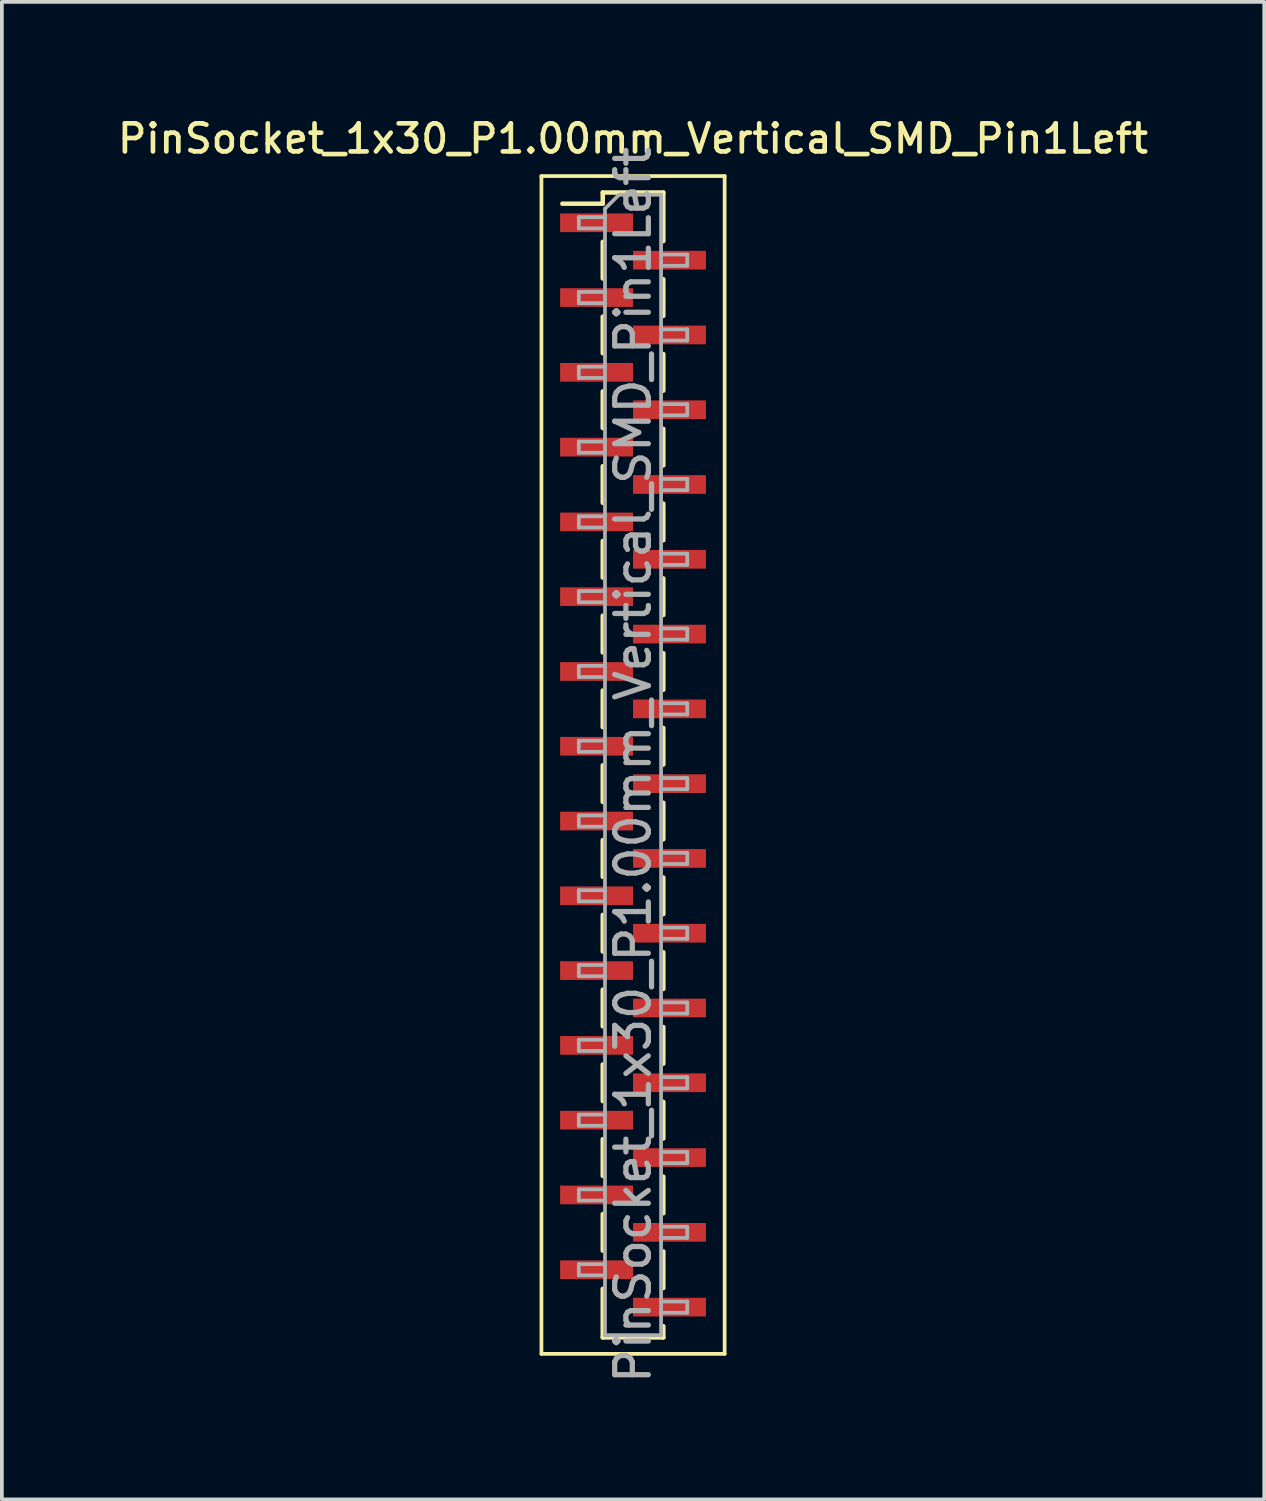
<source format=kicad_pcb>
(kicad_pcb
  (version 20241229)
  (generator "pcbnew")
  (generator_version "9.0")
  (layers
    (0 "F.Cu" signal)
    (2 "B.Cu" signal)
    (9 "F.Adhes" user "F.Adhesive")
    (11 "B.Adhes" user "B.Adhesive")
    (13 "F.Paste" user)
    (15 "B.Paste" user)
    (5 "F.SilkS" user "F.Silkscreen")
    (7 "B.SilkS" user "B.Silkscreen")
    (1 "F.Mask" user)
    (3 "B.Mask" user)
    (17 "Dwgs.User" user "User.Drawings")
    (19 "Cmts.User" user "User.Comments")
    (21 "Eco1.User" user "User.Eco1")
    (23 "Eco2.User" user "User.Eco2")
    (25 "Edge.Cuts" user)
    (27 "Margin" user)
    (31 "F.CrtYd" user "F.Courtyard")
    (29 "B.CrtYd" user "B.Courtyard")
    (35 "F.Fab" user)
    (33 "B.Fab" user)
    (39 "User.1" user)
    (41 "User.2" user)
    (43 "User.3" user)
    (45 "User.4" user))
  (footprint "PinSocket_1x30_P1.00mm_Vertical_SMD_Pin1Left"
    (layer "F.Cu")
    (at 13.88 17.408)
    (property "Reference" "PinSocket_1x30_P1.00mm_Vertical_SMD_Pin1Left" (at 0 -16.75 0) (layer "F.SilkS") (effects (font (size 0.75 0.75) (thickness 0.125))))
    (attr smd)
    (fp_line (start -2.45 -15.75) (end 2.45 -15.75) (stroke (width 0.1) (type solid)) (layer "F.SilkS"))
    (fp_line (start -2.45 15.75) (end -2.45 -15.75) (stroke (width 0.1) (type solid)) (layer "F.SilkS"))
    (fp_line (start -1.89 -15.01) (end -0.81 -15.01) (stroke (width 0.12) (type solid)) (layer "F.SilkS"))
    (fp_line (start -0.81 -15.31) (end -0.81 -15.01) (stroke (width 0.12) (type solid)) (layer "F.SilkS"))
    (fp_line (start -0.81 -15.31) (end 0.81 -15.31) (stroke (width 0.12) (type solid)) (layer "F.SilkS"))
    (fp_line (start -0.81 -13.99) (end -0.81 -13.01) (stroke (width 0.12) (type solid)) (layer "F.SilkS"))
    (fp_line (start -0.81 -11.99) (end -0.81 -11.01) (stroke (width 0.12) (type solid)) (layer "F.SilkS"))
    (fp_line (start -0.81 -9.99) (end -0.81 -9.01) (stroke (width 0.12) (type solid)) (layer "F.SilkS"))
    (fp_line (start -0.81 -7.99) (end -0.81 -7.01) (stroke (width 0.12) (type solid)) (layer "F.SilkS"))
    (fp_line (start -0.81 -5.99) (end -0.81 -5.01) (stroke (width 0.12) (type solid)) (layer "F.SilkS"))
    (fp_line (start -0.81 -3.99) (end -0.81 -3.01) (stroke (width 0.12) (type solid)) (layer "F.SilkS"))
    (fp_line (start -0.81 -1.99) (end -0.81 -1.01) (stroke (width 0.12) (type solid)) (layer "F.SilkS"))
    (fp_line (start -0.81 0.01) (end -0.81 0.99) (stroke (width 0.12) (type solid)) (layer "F.SilkS"))
    (fp_line (start -0.81 2.01) (end -0.81 2.99) (stroke (width 0.12) (type solid)) (layer "F.SilkS"))
    (fp_line (start -0.81 4.01) (end -0.81 4.99) (stroke (width 0.12) (type solid)) (layer "F.SilkS"))
    (fp_line (start -0.81 6.01) (end -0.81 6.99) (stroke (width 0.12) (type solid)) (layer "F.SilkS"))
    (fp_line (start -0.81 8.01) (end -0.81 8.99) (stroke (width 0.12) (type solid)) (layer "F.SilkS"))
    (fp_line (start -0.81 10.01) (end -0.81 10.99) (stroke (width 0.12) (type solid)) (layer "F.SilkS"))
    (fp_line (start -0.81 12.01) (end -0.81 12.99) (stroke (width 0.12) (type solid)) (layer "F.SilkS"))
    (fp_line (start -0.81 14.01) (end -0.81 15.31) (stroke (width 0.12) (type solid)) (layer "F.SilkS"))
    (fp_line (start -0.81 15.31) (end 0.81 15.31) (stroke (width 0.12) (type solid)) (layer "F.SilkS"))
    (fp_line (start 0.81 -15.31) (end 0.81 -14.01) (stroke (width 0.12) (type solid)) (layer "F.SilkS"))
    (fp_line (start 0.81 -12.99) (end 0.81 -12.01) (stroke (width 0.12) (type solid)) (layer "F.SilkS"))
    (fp_line (start 0.81 -10.99) (end 0.81 -10.01) (stroke (width 0.12) (type solid)) (layer "F.SilkS"))
    (fp_line (start 0.81 -8.99) (end 0.81 -8.01) (stroke (width 0.12) (type solid)) (layer "F.SilkS"))
    (fp_line (start 0.81 -6.99) (end 0.81 -6.01) (stroke (width 0.12) (type solid)) (layer "F.SilkS"))
    (fp_line (start 0.81 -4.99) (end 0.81 -4.01) (stroke (width 0.12) (type solid)) (layer "F.SilkS"))
    (fp_line (start 0.81 -2.99) (end 0.81 -2.01) (stroke (width 0.12) (type solid)) (layer "F.SilkS"))
    (fp_line (start 0.81 -0.99) (end 0.81 -0.01) (stroke (width 0.12) (type solid)) (layer "F.SilkS"))
    (fp_line (start 0.81 1.01) (end 0.81 1.99) (stroke (width 0.12) (type solid)) (layer "F.SilkS"))
    (fp_line (start 0.81 3.01) (end 0.81 3.99) (stroke (width 0.12) (type solid)) (layer "F.SilkS"))
    (fp_line (start 0.81 5.01) (end 0.81 5.99) (stroke (width 0.12) (type solid)) (layer "F.SilkS"))
    (fp_line (start 0.81 7.01) (end 0.81 7.99) (stroke (width 0.12) (type solid)) (layer "F.SilkS"))
    (fp_line (start 0.81 9.01) (end 0.81 9.99) (stroke (width 0.12) (type solid)) (layer "F.SilkS"))
    (fp_line (start 0.81 11.01) (end 0.81 11.99) (stroke (width 0.12) (type solid)) (layer "F.SilkS"))
    (fp_line (start 0.81 13.01) (end 0.81 13.99) (stroke (width 0.12) (type solid)) (layer "F.SilkS"))
    (fp_line (start 0.81 15.01) (end 0.81 15.31) (stroke (width 0.12) (type solid)) (layer "F.SilkS"))
    (fp_line (start 2.45 -15.75) (end 2.45 15.75) (stroke (width 0.1) (type solid)) (layer "F.SilkS"))
    (fp_line (start 2.45 15.75) (end -2.45 15.75) (stroke (width 0.1) (type solid)) (layer "F.SilkS"))
    (fp_line (start -1.45 -14.65) (end -0.75 -14.65) (stroke (width 0.1) (type solid)) (layer "F.Fab"))
    (fp_line (start -1.45 -14.35) (end -1.45 -14.65) (stroke (width 0.1) (type solid)) (layer "F.Fab"))
    (fp_line (start -1.45 -12.65) (end -0.75 -12.65) (stroke (width 0.1) (type solid)) (layer "F.Fab"))
    (fp_line (start -1.45 -12.35) (end -1.45 -12.65) (stroke (width 0.1) (type solid)) (layer "F.Fab"))
    (fp_line (start -1.45 -10.65) (end -0.75 -10.65) (stroke (width 0.1) (type solid)) (layer "F.Fab"))
    (fp_line (start -1.45 -10.35) (end -1.45 -10.65) (stroke (width 0.1) (type solid)) (layer "F.Fab"))
    (fp_line (start -1.45 -8.65) (end -0.75 -8.65) (stroke (width 0.1) (type solid)) (layer "F.Fab"))
    (fp_line (start -1.45 -8.35) (end -1.45 -8.65) (stroke (width 0.1) (type solid)) (layer "F.Fab"))
    (fp_line (start -1.45 -6.65) (end -0.75 -6.65) (stroke (width 0.1) (type solid)) (layer "F.Fab"))
    (fp_line (start -1.45 -6.35) (end -1.45 -6.65) (stroke (width 0.1) (type solid)) (layer "F.Fab"))
    (fp_line (start -1.45 -4.65) (end -0.75 -4.65) (stroke (width 0.1) (type solid)) (layer "F.Fab"))
    (fp_line (start -1.45 -4.35) (end -1.45 -4.65) (stroke (width 0.1) (type solid)) (layer "F.Fab"))
    (fp_line (start -1.45 -2.65) (end -0.75 -2.65) (stroke (width 0.1) (type solid)) (layer "F.Fab"))
    (fp_line (start -1.45 -2.35) (end -1.45 -2.65) (stroke (width 0.1) (type solid)) (layer "F.Fab"))
    (fp_line (start -1.45 -0.65) (end -0.75 -0.65) (stroke (width 0.1) (type solid)) (layer "F.Fab"))
    (fp_line (start -1.45 -0.35) (end -1.45 -0.65) (stroke (width 0.1) (type solid)) (layer "F.Fab"))
    (fp_line (start -1.45 1.35) (end -0.75 1.35) (stroke (width 0.1) (type solid)) (layer "F.Fab"))
    (fp_line (start -1.45 1.65) (end -1.45 1.35) (stroke (width 0.1) (type solid)) (layer "F.Fab"))
    (fp_line (start -1.45 3.35) (end -0.75 3.35) (stroke (width 0.1) (type solid)) (layer "F.Fab"))
    (fp_line (start -1.45 3.65) (end -1.45 3.35) (stroke (width 0.1) (type solid)) (layer "F.Fab"))
    (fp_line (start -1.45 5.35) (end -0.75 5.35) (stroke (width 0.1) (type solid)) (layer "F.Fab"))
    (fp_line (start -1.45 5.65) (end -1.45 5.35) (stroke (width 0.1) (type solid)) (layer "F.Fab"))
    (fp_line (start -1.45 7.35) (end -0.75 7.35) (stroke (width 0.1) (type solid)) (layer "F.Fab"))
    (fp_line (start -1.45 7.65) (end -1.45 7.35) (stroke (width 0.1) (type solid)) (layer "F.Fab"))
    (fp_line (start -1.45 9.35) (end -0.75 9.35) (stroke (width 0.1) (type solid)) (layer "F.Fab"))
    (fp_line (start -1.45 9.65) (end -1.45 9.35) (stroke (width 0.1) (type solid)) (layer "F.Fab"))
    (fp_line (start -1.45 11.35) (end -0.75 11.35) (stroke (width 0.1) (type solid)) (layer "F.Fab"))
    (fp_line (start -1.45 11.65) (end -1.45 11.35) (stroke (width 0.1) (type solid)) (layer "F.Fab"))
    (fp_line (start -1.45 13.35) (end -0.75 13.35) (stroke (width 0.1) (type solid)) (layer "F.Fab"))
    (fp_line (start -1.45 13.65) (end -1.45 13.35) (stroke (width 0.1) (type solid)) (layer "F.Fab"))
    (fp_line (start -0.75 -14.875) (end -0.375 -15.25) (stroke (width 0.1) (type solid)) (layer "F.Fab"))
    (fp_line (start -0.75 -14.35) (end -1.45 -14.35) (stroke (width 0.1) (type solid)) (layer "F.Fab"))
    (fp_line (start -0.75 -12.35) (end -1.45 -12.35) (stroke (width 0.1) (type solid)) (layer "F.Fab"))
    (fp_line (start -0.75 -10.35) (end -1.45 -10.35) (stroke (width 0.1) (type solid)) (layer "F.Fab"))
    (fp_line (start -0.75 -8.35) (end -1.45 -8.35) (stroke (width 0.1) (type solid)) (layer "F.Fab"))
    (fp_line (start -0.75 -6.35) (end -1.45 -6.35) (stroke (width 0.1) (type solid)) (layer "F.Fab"))
    (fp_line (start -0.75 -4.35) (end -1.45 -4.35) (stroke (width 0.1) (type solid)) (layer "F.Fab"))
    (fp_line (start -0.75 -2.35) (end -1.45 -2.35) (stroke (width 0.1) (type solid)) (layer "F.Fab"))
    (fp_line (start -0.75 -0.35) (end -1.45 -0.35) (stroke (width 0.1) (type solid)) (layer "F.Fab"))
    (fp_line (start -0.75 1.65) (end -1.45 1.65) (stroke (width 0.1) (type solid)) (layer "F.Fab"))
    (fp_line (start -0.75 3.65) (end -1.45 3.65) (stroke (width 0.1) (type solid)) (layer "F.Fab"))
    (fp_line (start -0.75 5.65) (end -1.45 5.65) (stroke (width 0.1) (type solid)) (layer "F.Fab"))
    (fp_line (start -0.75 7.65) (end -1.45 7.65) (stroke (width 0.1) (type solid)) (layer "F.Fab"))
    (fp_line (start -0.75 9.65) (end -1.45 9.65) (stroke (width 0.1) (type solid)) (layer "F.Fab"))
    (fp_line (start -0.75 11.65) (end -1.45 11.65) (stroke (width 0.1) (type solid)) (layer "F.Fab"))
    (fp_line (start -0.75 13.65) (end -1.45 13.65) (stroke (width 0.1) (type solid)) (layer "F.Fab"))
    (fp_line (start -0.75 15.25) (end -0.75 -14.875) (stroke (width 0.1) (type solid)) (layer "F.Fab"))
    (fp_line (start -0.375 -15.25) (end 0.75 -15.25) (stroke (width 0.1) (type solid)) (layer "F.Fab"))
    (fp_line (start 0.75 -15.25) (end 0.75 15.25) (stroke (width 0.1) (type solid)) (layer "F.Fab"))
    (fp_line (start 0.75 -13.65) (end 1.45 -13.65) (stroke (width 0.1) (type solid)) (layer "F.Fab"))
    (fp_line (start 0.75 -11.65) (end 1.45 -11.65) (stroke (width 0.1) (type solid)) (layer "F.Fab"))
    (fp_line (start 0.75 -9.65) (end 1.45 -9.65) (stroke (width 0.1) (type solid)) (layer "F.Fab"))
    (fp_line (start 0.75 -7.65) (end 1.45 -7.65) (stroke (width 0.1) (type solid)) (layer "F.Fab"))
    (fp_line (start 0.75 -5.65) (end 1.45 -5.65) (stroke (width 0.1) (type solid)) (layer "F.Fab"))
    (fp_line (start 0.75 -3.65) (end 1.45 -3.65) (stroke (width 0.1) (type solid)) (layer "F.Fab"))
    (fp_line (start 0.75 -1.65) (end 1.45 -1.65) (stroke (width 0.1) (type solid)) (layer "F.Fab"))
    (fp_line (start 0.75 0.35) (end 1.45 0.35) (stroke (width 0.1) (type solid)) (layer "F.Fab"))
    (fp_line (start 0.75 2.35) (end 1.45 2.35) (stroke (width 0.1) (type solid)) (layer "F.Fab"))
    (fp_line (start 0.75 4.35) (end 1.45 4.35) (stroke (width 0.1) (type solid)) (layer "F.Fab"))
    (fp_line (start 0.75 6.35) (end 1.45 6.35) (stroke (width 0.1) (type solid)) (layer "F.Fab"))
    (fp_line (start 0.75 8.35) (end 1.45 8.35) (stroke (width 0.1) (type solid)) (layer "F.Fab"))
    (fp_line (start 0.75 10.35) (end 1.45 10.35) (stroke (width 0.1) (type solid)) (layer "F.Fab"))
    (fp_line (start 0.75 12.35) (end 1.45 12.35) (stroke (width 0.1) (type solid)) (layer "F.Fab"))
    (fp_line (start 0.75 14.35) (end 1.45 14.35) (stroke (width 0.1) (type solid)) (layer "F.Fab"))
    (fp_line (start 0.75 15.25) (end -0.75 15.25) (stroke (width 0.1) (type solid)) (layer "F.Fab"))
    (fp_line (start 1.45 -13.65) (end 1.45 -13.35) (stroke (width 0.1) (type solid)) (layer "F.Fab"))
    (fp_line (start 1.45 -13.35) (end 0.75 -13.35) (stroke (width 0.1) (type solid)) (layer "F.Fab"))
    (fp_line (start 1.45 -11.65) (end 1.45 -11.35) (stroke (width 0.1) (type solid)) (layer "F.Fab"))
    (fp_line (start 1.45 -11.35) (end 0.75 -11.35) (stroke (width 0.1) (type solid)) (layer "F.Fab"))
    (fp_line (start 1.45 -9.65) (end 1.45 -9.35) (stroke (width 0.1) (type solid)) (layer "F.Fab"))
    (fp_line (start 1.45 -9.35) (end 0.75 -9.35) (stroke (width 0.1) (type solid)) (layer "F.Fab"))
    (fp_line (start 1.45 -7.65) (end 1.45 -7.35) (stroke (width 0.1) (type solid)) (layer "F.Fab"))
    (fp_line (start 1.45 -7.35) (end 0.75 -7.35) (stroke (width 0.1) (type solid)) (layer "F.Fab"))
    (fp_line (start 1.45 -5.65) (end 1.45 -5.35) (stroke (width 0.1) (type solid)) (layer "F.Fab"))
    (fp_line (start 1.45 -5.35) (end 0.75 -5.35) (stroke (width 0.1) (type solid)) (layer "F.Fab"))
    (fp_line (start 1.45 -3.65) (end 1.45 -3.35) (stroke (width 0.1) (type solid)) (layer "F.Fab"))
    (fp_line (start 1.45 -3.35) (end 0.75 -3.35) (stroke (width 0.1) (type solid)) (layer "F.Fab"))
    (fp_line (start 1.45 -1.65) (end 1.45 -1.35) (stroke (width 0.1) (type solid)) (layer "F.Fab"))
    (fp_line (start 1.45 -1.35) (end 0.75 -1.35) (stroke (width 0.1) (type solid)) (layer "F.Fab"))
    (fp_line (start 1.45 0.35) (end 1.45 0.65) (stroke (width 0.1) (type solid)) (layer "F.Fab"))
    (fp_line (start 1.45 0.65) (end 0.75 0.65) (stroke (width 0.1) (type solid)) (layer "F.Fab"))
    (fp_line (start 1.45 2.35) (end 1.45 2.65) (stroke (width 0.1) (type solid)) (layer "F.Fab"))
    (fp_line (start 1.45 2.65) (end 0.75 2.65) (stroke (width 0.1) (type solid)) (layer "F.Fab"))
    (fp_line (start 1.45 4.35) (end 1.45 4.65) (stroke (width 0.1) (type solid)) (layer "F.Fab"))
    (fp_line (start 1.45 4.65) (end 0.75 4.65) (stroke (width 0.1) (type solid)) (layer "F.Fab"))
    (fp_line (start 1.45 6.35) (end 1.45 6.65) (stroke (width 0.1) (type solid)) (layer "F.Fab"))
    (fp_line (start 1.45 6.65) (end 0.75 6.65) (stroke (width 0.1) (type solid)) (layer "F.Fab"))
    (fp_line (start 1.45 8.35) (end 1.45 8.65) (stroke (width 0.1) (type solid)) (layer "F.Fab"))
    (fp_line (start 1.45 8.65) (end 0.75 8.65) (stroke (width 0.1) (type solid)) (layer "F.Fab"))
    (fp_line (start 1.45 10.35) (end 1.45 10.65) (stroke (width 0.1) (type solid)) (layer "F.Fab"))
    (fp_line (start 1.45 10.65) (end 0.75 10.65) (stroke (width 0.1) (type solid)) (layer "F.Fab"))
    (fp_line (start 1.45 12.35) (end 1.45 12.65) (stroke (width 0.1) (type solid)) (layer "F.Fab"))
    (fp_line (start 1.45 12.65) (end 0.75 12.65) (stroke (width 0.1) (type solid)) (layer "F.Fab"))
    (fp_line (start 1.45 14.35) (end 1.45 14.65) (stroke (width 0.1) (type solid)) (layer "F.Fab"))
    (fp_line (start 1.45 14.65) (end 0.75 14.65) (stroke (width 0.1) (type solid)) (layer "F.Fab"))
    (fp_text user "${REFERENCE}" (at 0 0 90) (layer "F.Fab") (effects (font (size 0.9 0.9) (thickness 0.14))))
    (pad "1" smd rect (at -0.975 -14.5) (size 1.95 0.5) (layers "F.Cu" "F.Mask" "F.Paste"))
    (pad "2" smd rect (at 0.975 -13.5) (size 1.95 0.5) (layers "F.Cu" "F.Mask" "F.Paste"))
    (pad "3" smd rect (at -0.975 -12.5) (size 1.95 0.5) (layers "F.Cu" "F.Mask" "F.Paste"))
    (pad "4" smd rect (at 0.975 -11.5) (size 1.95 0.5) (layers "F.Cu" "F.Mask" "F.Paste"))
    (pad "5" smd rect (at -0.975 -10.5) (size 1.95 0.5) (layers "F.Cu" "F.Mask" "F.Paste"))
    (pad "6" smd rect (at 0.975 -9.5) (size 1.95 0.5) (layers "F.Cu" "F.Mask" "F.Paste"))
    (pad "7" smd rect (at -0.975 -8.5) (size 1.95 0.5) (layers "F.Cu" "F.Mask" "F.Paste"))
    (pad "8" smd rect (at 0.975 -7.5) (size 1.95 0.5) (layers "F.Cu" "F.Mask" "F.Paste"))
    (pad "9" smd rect (at -0.975 -6.5) (size 1.95 0.5) (layers "F.Cu" "F.Mask" "F.Paste"))
    (pad "10" smd rect (at 0.975 -5.5) (size 1.95 0.5) (layers "F.Cu" "F.Mask" "F.Paste"))
    (pad "11" smd rect (at -0.975 -4.5) (size 1.95 0.5) (layers "F.Cu" "F.Mask" "F.Paste"))
    (pad "12" smd rect (at 0.975 -3.5) (size 1.95 0.5) (layers "F.Cu" "F.Mask" "F.Paste"))
    (pad "13" smd rect (at -0.975 -2.5) (size 1.95 0.5) (layers "F.Cu" "F.Mask" "F.Paste"))
    (pad "14" smd rect (at 0.975 -1.5) (size 1.95 0.5) (layers "F.Cu" "F.Mask" "F.Paste"))
    (pad "15" smd rect (at -0.975 -0.5) (size 1.95 0.5) (layers "F.Cu" "F.Mask" "F.Paste"))
    (pad "16" smd rect (at 0.975 0.5) (size 1.95 0.5) (layers "F.Cu" "F.Mask" "F.Paste"))
    (pad "17" smd rect (at -0.975 1.5) (size 1.95 0.5) (layers "F.Cu" "F.Mask" "F.Paste"))
    (pad "18" smd rect (at 0.975 2.5) (size 1.95 0.5) (layers "F.Cu" "F.Mask" "F.Paste"))
    (pad "19" smd rect (at -0.975 3.5) (size 1.95 0.5) (layers "F.Cu" "F.Mask" "F.Paste"))
    (pad "20" smd rect (at 0.975 4.5) (size 1.95 0.5) (layers "F.Cu" "F.Mask" "F.Paste"))
    (pad "21" smd rect (at -0.975 5.5) (size 1.95 0.5) (layers "F.Cu" "F.Mask" "F.Paste"))
    (pad "22" smd rect (at 0.975 6.5) (size 1.95 0.5) (layers "F.Cu" "F.Mask" "F.Paste"))
    (pad "23" smd rect (at -0.975 7.5) (size 1.95 0.5) (layers "F.Cu" "F.Mask" "F.Paste"))
    (pad "24" smd rect (at 0.975 8.5) (size 1.95 0.5) (layers "F.Cu" "F.Mask" "F.Paste"))
    (pad "25" smd rect (at -0.975 9.5) (size 1.95 0.5) (layers "F.Cu" "F.Mask" "F.Paste"))
    (pad "26" smd rect (at 0.975 10.5) (size 1.95 0.5) (layers "F.Cu" "F.Mask" "F.Paste"))
    (pad "27" smd rect (at -0.975 11.5) (size 1.95 0.5) (layers "F.Cu" "F.Mask" "F.Paste"))
    (pad "28" smd rect (at 0.975 12.5) (size 1.95 0.5) (layers "F.Cu" "F.Mask" "F.Paste"))
    (pad "29" smd rect (at -0.975 13.5) (size 1.95 0.5) (layers "F.Cu" "F.Mask" "F.Paste"))
    (pad "30" smd rect (at 0.975 14.5) (size 1.95 0.5) (layers "F.Cu" "F.Mask" "F.Paste")))
  (gr_rect
    (start -3 -3)
    (end 30.761 37.05)
    (stroke (width 0.1) (type default))
    (fill no)
    (layer "Edge.Cuts")))
</source>
